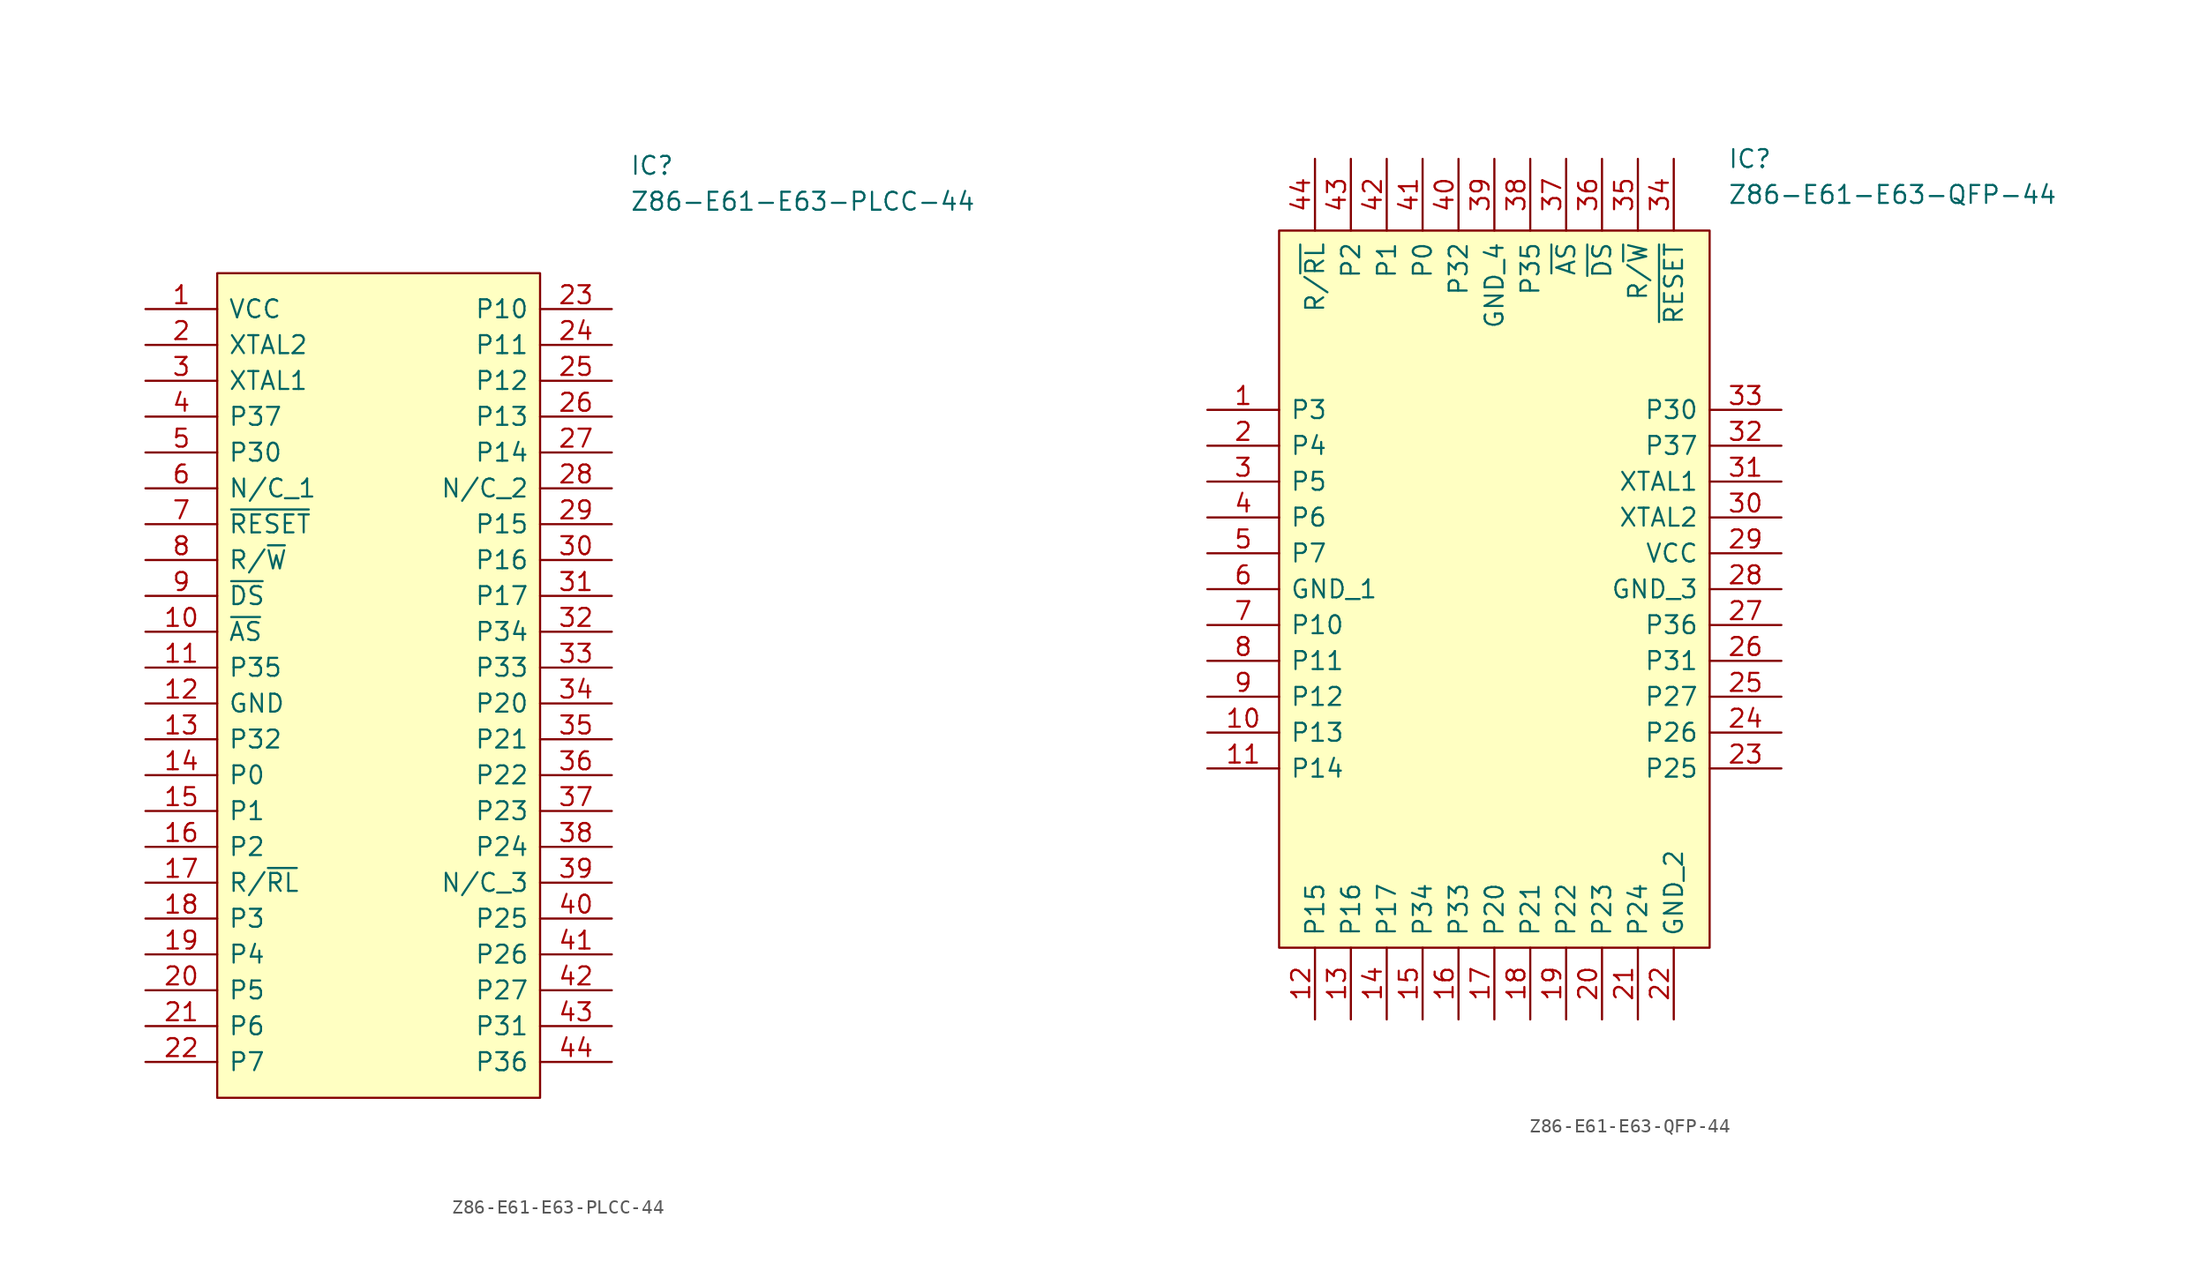
<source format=kicad_sym>
(kicad_symbol_lib
  (version 20211014)
  (generator kicad_symbol_editor)
  (symbol "Z86-E61-E63-PLCC-44"
    (pin_names
      (offset 0.762))
    (property "Reference" "IC"
      (at 29.21 7.62 0)
      (effects (font (size 1.27 1.27)) (justify left)))
    (property "Value" "Z86-E61-E63-PLCC-44"
      (at 29.21 5.08 0)
      (effects (font (size 1.27 1.27)) (justify left)))
    (symbol "Z86-E61-E63-PLCC-44_0_0"
      (pin bidirectional line (at -5.08 -2.54 0) (length 5.08) (name "VCC" (effects (font (size 1.27 1.27)))) (number "1" (effects (font (size 1.27 1.27)))))
      (pin bidirectional line (at -5.08 -25.4 0) (length 5.08) (name "~{AS}" (effects (font (size 1.27 1.27)))) (number "10" (effects (font (size 1.27 1.27)))))
      (pin bidirectional line (at -5.08 -27.94 0) (length 5.08) (name "P35" (effects (font (size 1.27 1.27)))) (number "11" (effects (font (size 1.27 1.27)))))
      (pin bidirectional line (at -5.08 -30.48 0) (length 5.08) (name "GND" (effects (font (size 1.27 1.27)))) (number "12" (effects (font (size 1.27 1.27)))))
      (pin bidirectional line (at -5.08 -33.02 0) (length 5.08) (name "P32" (effects (font (size 1.27 1.27)))) (number "13" (effects (font (size 1.27 1.27)))))
      (pin bidirectional line (at -5.08 -35.56 0) (length 5.08) (name "P0" (effects (font (size 1.27 1.27)))) (number "14" (effects (font (size 1.27 1.27)))))
      (pin bidirectional line (at -5.08 -38.1 0) (length 5.08) (name "P1" (effects (font (size 1.27 1.27)))) (number "15" (effects (font (size 1.27 1.27)))))
      (pin bidirectional line (at -5.08 -40.64 0) (length 5.08) (name "P2" (effects (font (size 1.27 1.27)))) (number "16" (effects (font (size 1.27 1.27)))))
      (pin bidirectional line (at -5.08 -43.18 0) (length 5.08) (name "R/~{RL}" (effects (font (size 1.27 1.27)))) (number "17" (effects (font (size 1.27 1.27)))))
      (pin bidirectional line (at -5.08 -45.72 0) (length 5.08) (name "P3" (effects (font (size 1.27 1.27)))) (number "18" (effects (font (size 1.27 1.27)))))
      (pin bidirectional line (at -5.08 -48.26 0) (length 5.08) (name "P4" (effects (font (size 1.27 1.27)))) (number "19" (effects (font (size 1.27 1.27)))))
      (pin bidirectional line (at -5.08 -5.08 0) (length 5.08) (name "XTAL2" (effects (font (size 1.27 1.27)))) (number "2" (effects (font (size 1.27 1.27)))))
      (pin bidirectional line (at -5.08 -50.8 0) (length 5.08) (name "P5" (effects (font (size 1.27 1.27)))) (number "20" (effects (font (size 1.27 1.27)))))
      (pin bidirectional line (at -5.08 -53.34 0) (length 5.08) (name "P6" (effects (font (size 1.27 1.27)))) (number "21" (effects (font (size 1.27 1.27)))))
      (pin bidirectional line (at -5.08 -55.88 0) (length 5.08) (name "P7" (effects (font (size 1.27 1.27)))) (number "22" (effects (font (size 1.27 1.27)))))
      (pin bidirectional line (at 27.94 -2.54 180) (length 5.08) (name "P10" (effects (font (size 1.27 1.27)))) (number "23" (effects (font (size 1.27 1.27)))))
      (pin bidirectional line (at 27.94 -5.08 180) (length 5.08) (name "P11" (effects (font (size 1.27 1.27)))) (number "24" (effects (font (size 1.27 1.27)))))
      (pin bidirectional line (at 27.94 -7.62 180) (length 5.08) (name "P12" (effects (font (size 1.27 1.27)))) (number "25" (effects (font (size 1.27 1.27)))))
      (pin bidirectional line (at 27.94 -10.16 180) (length 5.08) (name "P13" (effects (font (size 1.27 1.27)))) (number "26" (effects (font (size 1.27 1.27)))))
      (pin bidirectional line (at 27.94 -12.7 180) (length 5.08) (name "P14" (effects (font (size 1.27 1.27)))) (number "27" (effects (font (size 1.27 1.27)))))
      (pin bidirectional line (at 27.94 -15.24 180) (length 5.08) (name "N/C_2" (effects (font (size 1.27 1.27)))) (number "28" (effects (font (size 1.27 1.27)))))
      (pin bidirectional line (at 27.94 -17.78 180) (length 5.08) (name "P15" (effects (font (size 1.27 1.27)))) (number "29" (effects (font (size 1.27 1.27)))))
      (pin bidirectional line (at -5.08 -7.62 0) (length 5.08) (name "XTAL1" (effects (font (size 1.27 1.27)))) (number "3" (effects (font (size 1.27 1.27)))))
      (pin bidirectional line (at 27.94 -20.32 180) (length 5.08) (name "P16" (effects (font (size 1.27 1.27)))) (number "30" (effects (font (size 1.27 1.27)))))
      (pin bidirectional line (at 27.94 -22.86 180) (length 5.08) (name "P17" (effects (font (size 1.27 1.27)))) (number "31" (effects (font (size 1.27 1.27)))))
      (pin bidirectional line (at 27.94 -25.4 180) (length 5.08) (name "P34" (effects (font (size 1.27 1.27)))) (number "32" (effects (font (size 1.27 1.27)))))
      (pin bidirectional line (at 27.94 -27.94 180) (length 5.08) (name "P33" (effects (font (size 1.27 1.27)))) (number "33" (effects (font (size 1.27 1.27)))))
      (pin bidirectional line (at 27.94 -30.48 180) (length 5.08) (name "P20" (effects (font (size 1.27 1.27)))) (number "34" (effects (font (size 1.27 1.27)))))
      (pin bidirectional line (at 27.94 -33.02 180) (length 5.08) (name "P21" (effects (font (size 1.27 1.27)))) (number "35" (effects (font (size 1.27 1.27)))))
      (pin bidirectional line (at 27.94 -35.56 180) (length 5.08) (name "P22" (effects (font (size 1.27 1.27)))) (number "36" (effects (font (size 1.27 1.27)))))
      (pin bidirectional line (at 27.94 -38.1 180) (length 5.08) (name "P23" (effects (font (size 1.27 1.27)))) (number "37" (effects (font (size 1.27 1.27)))))
      (pin bidirectional line (at 27.94 -40.64 180) (length 5.08) (name "P24" (effects (font (size 1.27 1.27)))) (number "38" (effects (font (size 1.27 1.27)))))
      (pin bidirectional line (at 27.94 -43.18 180) (length 5.08) (name "N/C_3" (effects (font (size 1.27 1.27)))) (number "39" (effects (font (size 1.27 1.27)))))
      (pin bidirectional line (at -5.08 -10.16 0) (length 5.08) (name "P37" (effects (font (size 1.27 1.27)))) (number "4" (effects (font (size 1.27 1.27)))))
      (pin bidirectional line (at 27.94 -45.72 180) (length 5.08) (name "P25" (effects (font (size 1.27 1.27)))) (number "40" (effects (font (size 1.27 1.27)))))
      (pin bidirectional line (at 27.94 -48.26 180) (length 5.08) (name "P26" (effects (font (size 1.27 1.27)))) (number "41" (effects (font (size 1.27 1.27)))))
      (pin bidirectional line (at 27.94 -50.8 180) (length 5.08) (name "P27" (effects (font (size 1.27 1.27)))) (number "42" (effects (font (size 1.27 1.27)))))
      (pin bidirectional line (at 27.94 -53.34 180) (length 5.08) (name "P31" (effects (font (size 1.27 1.27)))) (number "43" (effects (font (size 1.27 1.27)))))
      (pin bidirectional line (at 27.94 -55.88 180) (length 5.08) (name "P36" (effects (font (size 1.27 1.27)))) (number "44" (effects (font (size 1.27 1.27)))))
      (pin bidirectional line (at -5.08 -12.7 0) (length 5.08) (name "P30" (effects (font (size 1.27 1.27)))) (number "5" (effects (font (size 1.27 1.27)))))
      (pin bidirectional line (at -5.08 -15.24 0) (length 5.08) (name "N/C_1" (effects (font (size 1.27 1.27)))) (number "6" (effects (font (size 1.27 1.27)))))
      (pin bidirectional line (at -5.08 -17.78 0) (length 5.08) (name "~{RESET}" (effects (font (size 1.27 1.27)))) (number "7" (effects (font (size 1.27 1.27)))))
      (pin bidirectional line (at -5.08 -20.32 0) (length 5.08) (name "R/~{W}" (effects (font (size 1.27 1.27)))) (number "8" (effects (font (size 1.27 1.27)))))
      (pin bidirectional line (at -5.08 -22.86 0) (length 5.08) (name "~{DS}" (effects (font (size 1.27 1.27)))) (number "9" (effects (font (size 1.27 1.27))))))
    (symbol "Z86-E61-E63-PLCC-44_0_1"
      (polyline (pts (xy 0 0) (xy 22.86 0) (xy 22.86 -58.42) (xy 0 -58.42) (xy 0 0)) (stroke (width 0.152) (type solid)) (fill (type background)))))
  (symbol "Z86-E61-E63-QFP-44"
    (pin_names
      (offset 0.762))
    (property "Reference" "IC"
      (at 31.75 5.08 0)
      (effects (font (size 1.27 1.27)) (justify left)))
    (property "Value" "Z86-E61-E63-QFP-44"
      (at 31.75 2.54 0)
      (effects (font (size 1.27 1.27)) (justify left)))
    (symbol "Z86-E61-E63-QFP-44_0_0"
      (pin bidirectional line (at -5.08 -12.7 0) (length 5.08) (name "P3" (effects (font (size 1.27 1.27)))) (number "1" (effects (font (size 1.27 1.27)))))
      (pin bidirectional line (at -5.08 -35.56 0) (length 5.08) (name "P13" (effects (font (size 1.27 1.27)))) (number "10" (effects (font (size 1.27 1.27)))))
      (pin bidirectional line (at -5.08 -38.1 0) (length 5.08) (name "P14" (effects (font (size 1.27 1.27)))) (number "11" (effects (font (size 1.27 1.27)))))
      (pin bidirectional line (at 2.54 -55.88 90) (length 5.08) (name "P15" (effects (font (size 1.27 1.27)))) (number "12" (effects (font (size 1.27 1.27)))))
      (pin bidirectional line (at 5.08 -55.88 90) (length 5.08) (name "P16" (effects (font (size 1.27 1.27)))) (number "13" (effects (font (size 1.27 1.27)))))
      (pin bidirectional line (at 7.62 -55.88 90) (length 5.08) (name "P17" (effects (font (size 1.27 1.27)))) (number "14" (effects (font (size 1.27 1.27)))))
      (pin bidirectional line (at 10.16 -55.88 90) (length 5.08) (name "P34" (effects (font (size 1.27 1.27)))) (number "15" (effects (font (size 1.27 1.27)))))
      (pin bidirectional line (at 12.7 -55.88 90) (length 5.08) (name "P33" (effects (font (size 1.27 1.27)))) (number "16" (effects (font (size 1.27 1.27)))))
      (pin bidirectional line (at 15.24 -55.88 90) (length 5.08) (name "P20" (effects (font (size 1.27 1.27)))) (number "17" (effects (font (size 1.27 1.27)))))
      (pin bidirectional line (at 17.78 -55.88 90) (length 5.08) (name "P21" (effects (font (size 1.27 1.27)))) (number "18" (effects (font (size 1.27 1.27)))))
      (pin bidirectional line (at 20.32 -55.88 90) (length 5.08) (name "P22" (effects (font (size 1.27 1.27)))) (number "19" (effects (font (size 1.27 1.27)))))
      (pin bidirectional line (at -5.08 -15.24 0) (length 5.08) (name "P4" (effects (font (size 1.27 1.27)))) (number "2" (effects (font (size 1.27 1.27)))))
      (pin bidirectional line (at 22.86 -55.88 90) (length 5.08) (name "P23" (effects (font (size 1.27 1.27)))) (number "20" (effects (font (size 1.27 1.27)))))
      (pin bidirectional line (at 25.4 -55.88 90) (length 5.08) (name "P24" (effects (font (size 1.27 1.27)))) (number "21" (effects (font (size 1.27 1.27)))))
      (pin bidirectional line (at 27.94 -55.88 90) (length 5.08) (name "GND_2" (effects (font (size 1.27 1.27)))) (number "22" (effects (font (size 1.27 1.27)))))
      (pin bidirectional line (at 35.56 -38.1 180) (length 5.08) (name "P25" (effects (font (size 1.27 1.27)))) (number "23" (effects (font (size 1.27 1.27)))))
      (pin bidirectional line (at 35.56 -35.56 180) (length 5.08) (name "P26" (effects (font (size 1.27 1.27)))) (number "24" (effects (font (size 1.27 1.27)))))
      (pin bidirectional line (at 35.56 -33.02 180) (length 5.08) (name "P27" (effects (font (size 1.27 1.27)))) (number "25" (effects (font (size 1.27 1.27)))))
      (pin bidirectional line (at 35.56 -30.48 180) (length 5.08) (name "P31" (effects (font (size 1.27 1.27)))) (number "26" (effects (font (size 1.27 1.27)))))
      (pin bidirectional line (at 35.56 -27.94 180) (length 5.08) (name "P36" (effects (font (size 1.27 1.27)))) (number "27" (effects (font (size 1.27 1.27)))))
      (pin bidirectional line (at 35.56 -25.4 180) (length 5.08) (name "GND_3" (effects (font (size 1.27 1.27)))) (number "28" (effects (font (size 1.27 1.27)))))
      (pin bidirectional line (at 35.56 -22.86 180) (length 5.08) (name "VCC" (effects (font (size 1.27 1.27)))) (number "29" (effects (font (size 1.27 1.27)))))
      (pin bidirectional line (at -5.08 -17.78 0) (length 5.08) (name "P5" (effects (font (size 1.27 1.27)))) (number "3" (effects (font (size 1.27 1.27)))))
      (pin bidirectional line (at 35.56 -20.32 180) (length 5.08) (name "XTAL2" (effects (font (size 1.27 1.27)))) (number "30" (effects (font (size 1.27 1.27)))))
      (pin bidirectional line (at 35.56 -17.78 180) (length 5.08) (name "XTAL1" (effects (font (size 1.27 1.27)))) (number "31" (effects (font (size 1.27 1.27)))))
      (pin bidirectional line (at 35.56 -15.24 180) (length 5.08) (name "P37" (effects (font (size 1.27 1.27)))) (number "32" (effects (font (size 1.27 1.27)))))
      (pin bidirectional line (at 35.56 -12.7 180) (length 5.08) (name "P30" (effects (font (size 1.27 1.27)))) (number "33" (effects (font (size 1.27 1.27)))))
      (pin bidirectional line (at 27.94 5.08 270) (length 5.08) (name "~{RESET}" (effects (font (size 1.27 1.27)))) (number "34" (effects (font (size 1.27 1.27)))))
      (pin bidirectional line (at 25.4 5.08 270) (length 5.08) (name "R/~{W}" (effects (font (size 1.27 1.27)))) (number "35" (effects (font (size 1.27 1.27)))))
      (pin bidirectional line (at 22.86 5.08 270) (length 5.08) (name "~{DS}" (effects (font (size 1.27 1.27)))) (number "36" (effects (font (size 1.27 1.27)))))
      (pin bidirectional line (at 20.32 5.08 270) (length 5.08) (name "~{AS}" (effects (font (size 1.27 1.27)))) (number "37" (effects (font (size 1.27 1.27)))))
      (pin bidirectional line (at 17.78 5.08 270) (length 5.08) (name "P35" (effects (font (size 1.27 1.27)))) (number "38" (effects (font (size 1.27 1.27)))))
      (pin bidirectional line (at 15.24 5.08 270) (length 5.08) (name "GND_4" (effects (font (size 1.27 1.27)))) (number "39" (effects (font (size 1.27 1.27)))))
      (pin bidirectional line (at -5.08 -20.32 0) (length 5.08) (name "P6" (effects (font (size 1.27 1.27)))) (number "4" (effects (font (size 1.27 1.27)))))
      (pin bidirectional line (at 12.7 5.08 270) (length 5.08) (name "P32" (effects (font (size 1.27 1.27)))) (number "40" (effects (font (size 1.27 1.27)))))
      (pin bidirectional line (at 10.16 5.08 270) (length 5.08) (name "P0" (effects (font (size 1.27 1.27)))) (number "41" (effects (font (size 1.27 1.27)))))
      (pin bidirectional line (at 7.62 5.08 270) (length 5.08) (name "P1" (effects (font (size 1.27 1.27)))) (number "42" (effects (font (size 1.27 1.27)))))
      (pin bidirectional line (at 5.08 5.08 270) (length 5.08) (name "P2" (effects (font (size 1.27 1.27)))) (number "43" (effects (font (size 1.27 1.27)))))
      (pin bidirectional line (at 2.54 5.08 270) (length 5.08) (name "R/~{RL}" (effects (font (size 1.27 1.27)))) (number "44" (effects (font (size 1.27 1.27)))))
      (pin bidirectional line (at -5.08 -22.86 0) (length 5.08) (name "P7" (effects (font (size 1.27 1.27)))) (number "5" (effects (font (size 1.27 1.27)))))
      (pin bidirectional line (at -5.08 -25.4 0) (length 5.08) (name "GND_1" (effects (font (size 1.27 1.27)))) (number "6" (effects (font (size 1.27 1.27)))))
      (pin bidirectional line (at -5.08 -27.94 0) (length 5.08) (name "P10" (effects (font (size 1.27 1.27)))) (number "7" (effects (font (size 1.27 1.27)))))
      (pin bidirectional line (at -5.08 -30.48 0) (length 5.08) (name "P11" (effects (font (size 1.27 1.27)))) (number "8" (effects (font (size 1.27 1.27)))))
      (pin bidirectional line (at -5.08 -33.02 0) (length 5.08) (name "P12" (effects (font (size 1.27 1.27)))) (number "9" (effects (font (size 1.27 1.27))))))
    (symbol "Z86-E61-E63-QFP-44_0_1"
      (polyline (pts (xy 0 0) (xy 30.48 0) (xy 30.48 -50.8) (xy 0 -50.8) (xy 0 0)) (stroke (width 0.152) (type solid)) (fill (type background))))))
</source>
